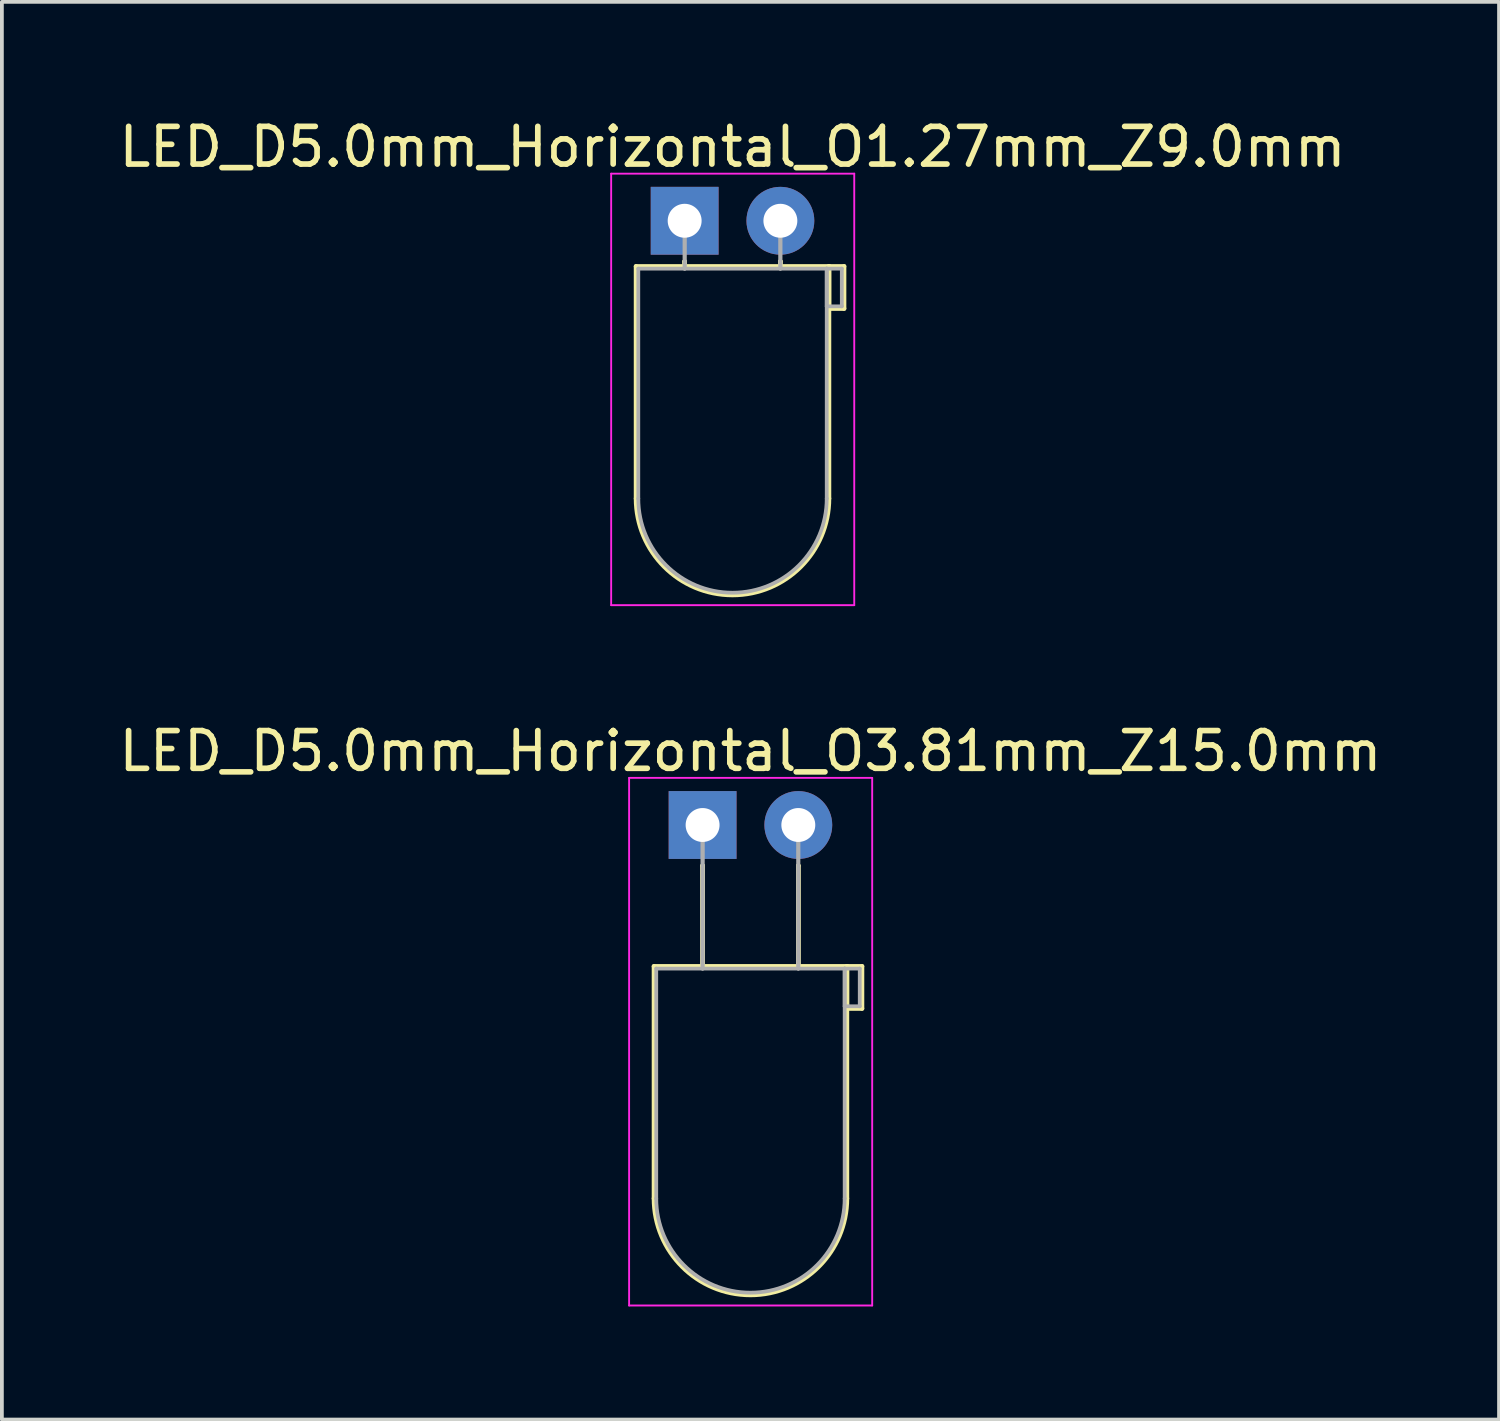
<source format=kicad_pcb>
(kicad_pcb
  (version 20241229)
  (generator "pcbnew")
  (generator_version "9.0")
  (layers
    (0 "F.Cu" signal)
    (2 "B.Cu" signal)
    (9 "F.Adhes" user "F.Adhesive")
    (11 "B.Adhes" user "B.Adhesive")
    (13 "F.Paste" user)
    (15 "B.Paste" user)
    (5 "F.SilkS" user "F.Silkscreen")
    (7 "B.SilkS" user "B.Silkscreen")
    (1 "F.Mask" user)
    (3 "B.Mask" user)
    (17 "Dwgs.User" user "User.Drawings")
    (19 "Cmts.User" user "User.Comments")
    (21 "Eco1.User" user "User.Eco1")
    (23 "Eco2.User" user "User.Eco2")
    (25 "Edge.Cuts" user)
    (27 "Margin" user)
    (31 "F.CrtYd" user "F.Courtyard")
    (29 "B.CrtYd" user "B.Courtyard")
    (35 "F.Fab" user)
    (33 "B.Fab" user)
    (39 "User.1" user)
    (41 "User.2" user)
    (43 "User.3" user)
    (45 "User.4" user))
  (footprint "LED_D5.0mm_Horizontal_O1.27mm_Z9.0mm"
    (layer "F.Cu")
    (at 15.117 2.808)
    (property "Reference" "LED_D5.0mm_Horizontal_O1.27mm_Z9.0mm" (at 1.27 -1.96 0) (layer "F.SilkS") (effects (font (size 1 1) (thickness 0.15))))
    (attr through_hole)
    (fp_line (start -1.29 1.21) (end -1.29 7.37) (stroke (width 0.12) (type solid)) (layer "F.SilkS"))
    (fp_line (start -1.29 1.21) (end 3.83 1.21) (stroke (width 0.12) (type solid)) (layer "F.SilkS"))
    (fp_line (start 0 1.08) (end 0 1.08) (stroke (width 0.12) (type solid)) (layer "F.SilkS"))
    (fp_line (start 0 1.08) (end 0 1.21) (stroke (width 0.12) (type solid)) (layer "F.SilkS"))
    (fp_line (start 0 1.21) (end 0 1.08) (stroke (width 0.12) (type solid)) (layer "F.SilkS"))
    (fp_line (start 0 1.21) (end 0 1.21) (stroke (width 0.12) (type solid)) (layer "F.SilkS"))
    (fp_line (start 2.54 1.08) (end 2.54 1.08) (stroke (width 0.12) (type solid)) (layer "F.SilkS"))
    (fp_line (start 2.54 1.08) (end 2.54 1.21) (stroke (width 0.12) (type solid)) (layer "F.SilkS"))
    (fp_line (start 2.54 1.21) (end 2.54 1.08) (stroke (width 0.12) (type solid)) (layer "F.SilkS"))
    (fp_line (start 2.54 1.21) (end 2.54 1.21) (stroke (width 0.12) (type solid)) (layer "F.SilkS"))
    (fp_line (start 3.83 1.21) (end 3.83 7.37) (stroke (width 0.12) (type solid)) (layer "F.SilkS"))
    (fp_line (start 3.83 1.21) (end 4.23 1.21) (stroke (width 0.12) (type solid)) (layer "F.SilkS"))
    (fp_line (start 3.83 2.33) (end 3.83 1.21) (stroke (width 0.12) (type solid)) (layer "F.SilkS"))
    (fp_line (start 4.23 1.21) (end 4.23 2.33) (stroke (width 0.12) (type solid)) (layer "F.SilkS"))
    (fp_line (start 4.23 2.33) (end 3.83 2.33) (stroke (width 0.12) (type solid)) (layer "F.SilkS"))
    (fp_arc (start 3.83 7.37) (mid 1.27 9.93) (end -1.29 7.37) (stroke (width 0.12) (type solid)) (layer "F.SilkS"))
    (fp_line (start -1.95 -1.25) (end -1.95 10.2) (stroke (width 0.05) (type solid)) (layer "F.CrtYd"))
    (fp_line (start -1.95 10.2) (end 4.5 10.2) (stroke (width 0.05) (type solid)) (layer "F.CrtYd"))
    (fp_line (start 4.5 -1.25) (end -1.95 -1.25) (stroke (width 0.05) (type solid)) (layer "F.CrtYd"))
    (fp_line (start 4.5 10.2) (end 4.5 -1.25) (stroke (width 0.05) (type solid)) (layer "F.CrtYd"))
    (fp_line (start -1.23 1.27) (end -1.23 7.37) (stroke (width 0.1) (type solid)) (layer "F.Fab"))
    (fp_line (start -1.23 1.27) (end 3.77 1.27) (stroke (width 0.1) (type solid)) (layer "F.Fab"))
    (fp_line (start 0 0) (end 0 0) (stroke (width 0.1) (type solid)) (layer "F.Fab"))
    (fp_line (start 0 0) (end 0 1.27) (stroke (width 0.1) (type solid)) (layer "F.Fab"))
    (fp_line (start 0 1.27) (end 0 0) (stroke (width 0.1) (type solid)) (layer "F.Fab"))
    (fp_line (start 0 1.27) (end 0 1.27) (stroke (width 0.1) (type solid)) (layer "F.Fab"))
    (fp_line (start 2.54 0) (end 2.54 0) (stroke (width 0.1) (type solid)) (layer "F.Fab"))
    (fp_line (start 2.54 0) (end 2.54 1.27) (stroke (width 0.1) (type solid)) (layer "F.Fab"))
    (fp_line (start 2.54 1.27) (end 2.54 0) (stroke (width 0.1) (type solid)) (layer "F.Fab"))
    (fp_line (start 2.54 1.27) (end 2.54 1.27) (stroke (width 0.1) (type solid)) (layer "F.Fab"))
    (fp_line (start 3.77 1.27) (end 3.77 7.37) (stroke (width 0.1) (type solid)) (layer "F.Fab"))
    (fp_line (start 3.77 1.27) (end 4.17 1.27) (stroke (width 0.1) (type solid)) (layer "F.Fab"))
    (fp_line (start 3.77 2.27) (end 3.77 1.27) (stroke (width 0.1) (type solid)) (layer "F.Fab"))
    (fp_line (start 4.17 1.27) (end 4.17 2.27) (stroke (width 0.1) (type solid)) (layer "F.Fab"))
    (fp_line (start 4.17 2.27) (end 3.77 2.27) (stroke (width 0.1) (type solid)) (layer "F.Fab"))
    (fp_arc (start 3.77 7.37) (mid 1.27 9.87) (end -1.23 7.37) (stroke (width 0.1) (type solid)) (layer "F.Fab"))
    (pad "1" thru_hole rect (at 0 0) (size 1.8 1.8) (drill 0.9) (layers "*.Cu" "*.Mask"))
    (pad "2" thru_hole circle (at 2.54 0) (size 1.8 1.8) (drill 0.9) (layers "*.Cu" "*.Mask")))
  (footprint "LED_D5.0mm_Horizontal_O3.81mm_Z15.0mm"
    (layer "F.Cu")
    (at 15.593 18.841)
    (property "Reference" "LED_D5.0mm_Horizontal_O3.81mm_Z15.0mm" (at 1.27 -1.96 0) (layer "F.SilkS") (effects (font (size 1 1) (thickness 0.15))))
    (attr through_hole)
    (fp_line (start -1.29 3.75) (end -1.29 9.91) (stroke (width 0.12) (type solid)) (layer "F.SilkS"))
    (fp_line (start -1.29 3.75) (end 3.83 3.75) (stroke (width 0.12) (type solid)) (layer "F.SilkS"))
    (fp_line (start 0 1.08) (end 0 1.08) (stroke (width 0.12) (type solid)) (layer "F.SilkS"))
    (fp_line (start 0 1.08) (end 0 3.75) (stroke (width 0.12) (type solid)) (layer "F.SilkS"))
    (fp_line (start 0 3.75) (end 0 1.08) (stroke (width 0.12) (type solid)) (layer "F.SilkS"))
    (fp_line (start 0 3.75) (end 0 3.75) (stroke (width 0.12) (type solid)) (layer "F.SilkS"))
    (fp_line (start 2.54 1.08) (end 2.54 1.08) (stroke (width 0.12) (type solid)) (layer "F.SilkS"))
    (fp_line (start 2.54 1.08) (end 2.54 3.75) (stroke (width 0.12) (type solid)) (layer "F.SilkS"))
    (fp_line (start 2.54 3.75) (end 2.54 1.08) (stroke (width 0.12) (type solid)) (layer "F.SilkS"))
    (fp_line (start 2.54 3.75) (end 2.54 3.75) (stroke (width 0.12) (type solid)) (layer "F.SilkS"))
    (fp_line (start 3.83 3.75) (end 3.83 9.91) (stroke (width 0.12) (type solid)) (layer "F.SilkS"))
    (fp_line (start 3.83 3.75) (end 4.23 3.75) (stroke (width 0.12) (type solid)) (layer "F.SilkS"))
    (fp_line (start 3.83 4.87) (end 3.83 3.75) (stroke (width 0.12) (type solid)) (layer "F.SilkS"))
    (fp_line (start 4.23 3.75) (end 4.23 4.87) (stroke (width 0.12) (type solid)) (layer "F.SilkS"))
    (fp_line (start 4.23 4.87) (end 3.83 4.87) (stroke (width 0.12) (type solid)) (layer "F.SilkS"))
    (fp_arc (start 3.83 9.91) (mid 1.27 12.47) (end -1.29 9.91) (stroke (width 0.12) (type solid)) (layer "F.SilkS"))
    (fp_line (start -1.95 -1.25) (end -1.95 12.75) (stroke (width 0.05) (type solid)) (layer "F.CrtYd"))
    (fp_line (start -1.95 12.75) (end 4.5 12.75) (stroke (width 0.05) (type solid)) (layer "F.CrtYd"))
    (fp_line (start 4.5 -1.25) (end -1.95 -1.25) (stroke (width 0.05) (type solid)) (layer "F.CrtYd"))
    (fp_line (start 4.5 12.75) (end 4.5 -1.25) (stroke (width 0.05) (type solid)) (layer "F.CrtYd"))
    (fp_line (start -1.23 3.81) (end -1.23 9.91) (stroke (width 0.1) (type solid)) (layer "F.Fab"))
    (fp_line (start -1.23 3.81) (end 3.77 3.81) (stroke (width 0.1) (type solid)) (layer "F.Fab"))
    (fp_line (start 0 0) (end 0 0) (stroke (width 0.1) (type solid)) (layer "F.Fab"))
    (fp_line (start 0 0) (end 0 3.81) (stroke (width 0.1) (type solid)) (layer "F.Fab"))
    (fp_line (start 0 3.81) (end 0 0) (stroke (width 0.1) (type solid)) (layer "F.Fab"))
    (fp_line (start 0 3.81) (end 0 3.81) (stroke (width 0.1) (type solid)) (layer "F.Fab"))
    (fp_line (start 2.54 0) (end 2.54 0) (stroke (width 0.1) (type solid)) (layer "F.Fab"))
    (fp_line (start 2.54 0) (end 2.54 3.81) (stroke (width 0.1) (type solid)) (layer "F.Fab"))
    (fp_line (start 2.54 3.81) (end 2.54 0) (stroke (width 0.1) (type solid)) (layer "F.Fab"))
    (fp_line (start 2.54 3.81) (end 2.54 3.81) (stroke (width 0.1) (type solid)) (layer "F.Fab"))
    (fp_line (start 3.77 3.81) (end 3.77 9.91) (stroke (width 0.1) (type solid)) (layer "F.Fab"))
    (fp_line (start 3.77 3.81) (end 4.17 3.81) (stroke (width 0.1) (type solid)) (layer "F.Fab"))
    (fp_line (start 3.77 4.81) (end 3.77 3.81) (stroke (width 0.1) (type solid)) (layer "F.Fab"))
    (fp_line (start 4.17 3.81) (end 4.17 4.81) (stroke (width 0.1) (type solid)) (layer "F.Fab"))
    (fp_line (start 4.17 4.81) (end 3.77 4.81) (stroke (width 0.1) (type solid)) (layer "F.Fab"))
    (fp_arc (start 3.77 9.91) (mid 1.27 12.41) (end -1.23 9.91) (stroke (width 0.1) (type solid)) (layer "F.Fab"))
    (pad "1" thru_hole rect (at 0 0) (size 1.8 1.8) (drill 0.9) (layers "*.Cu" "*.Mask"))
    (pad "2" thru_hole circle (at 2.54 0) (size 1.8 1.8) (drill 0.9) (layers "*.Cu" "*.Mask")))
  (gr_rect
    (start -3 -3)
    (end 36.726 34.617)
    (stroke (width 0.1) (type default))
    (fill no)
    (layer "Edge.Cuts")))
</source>
